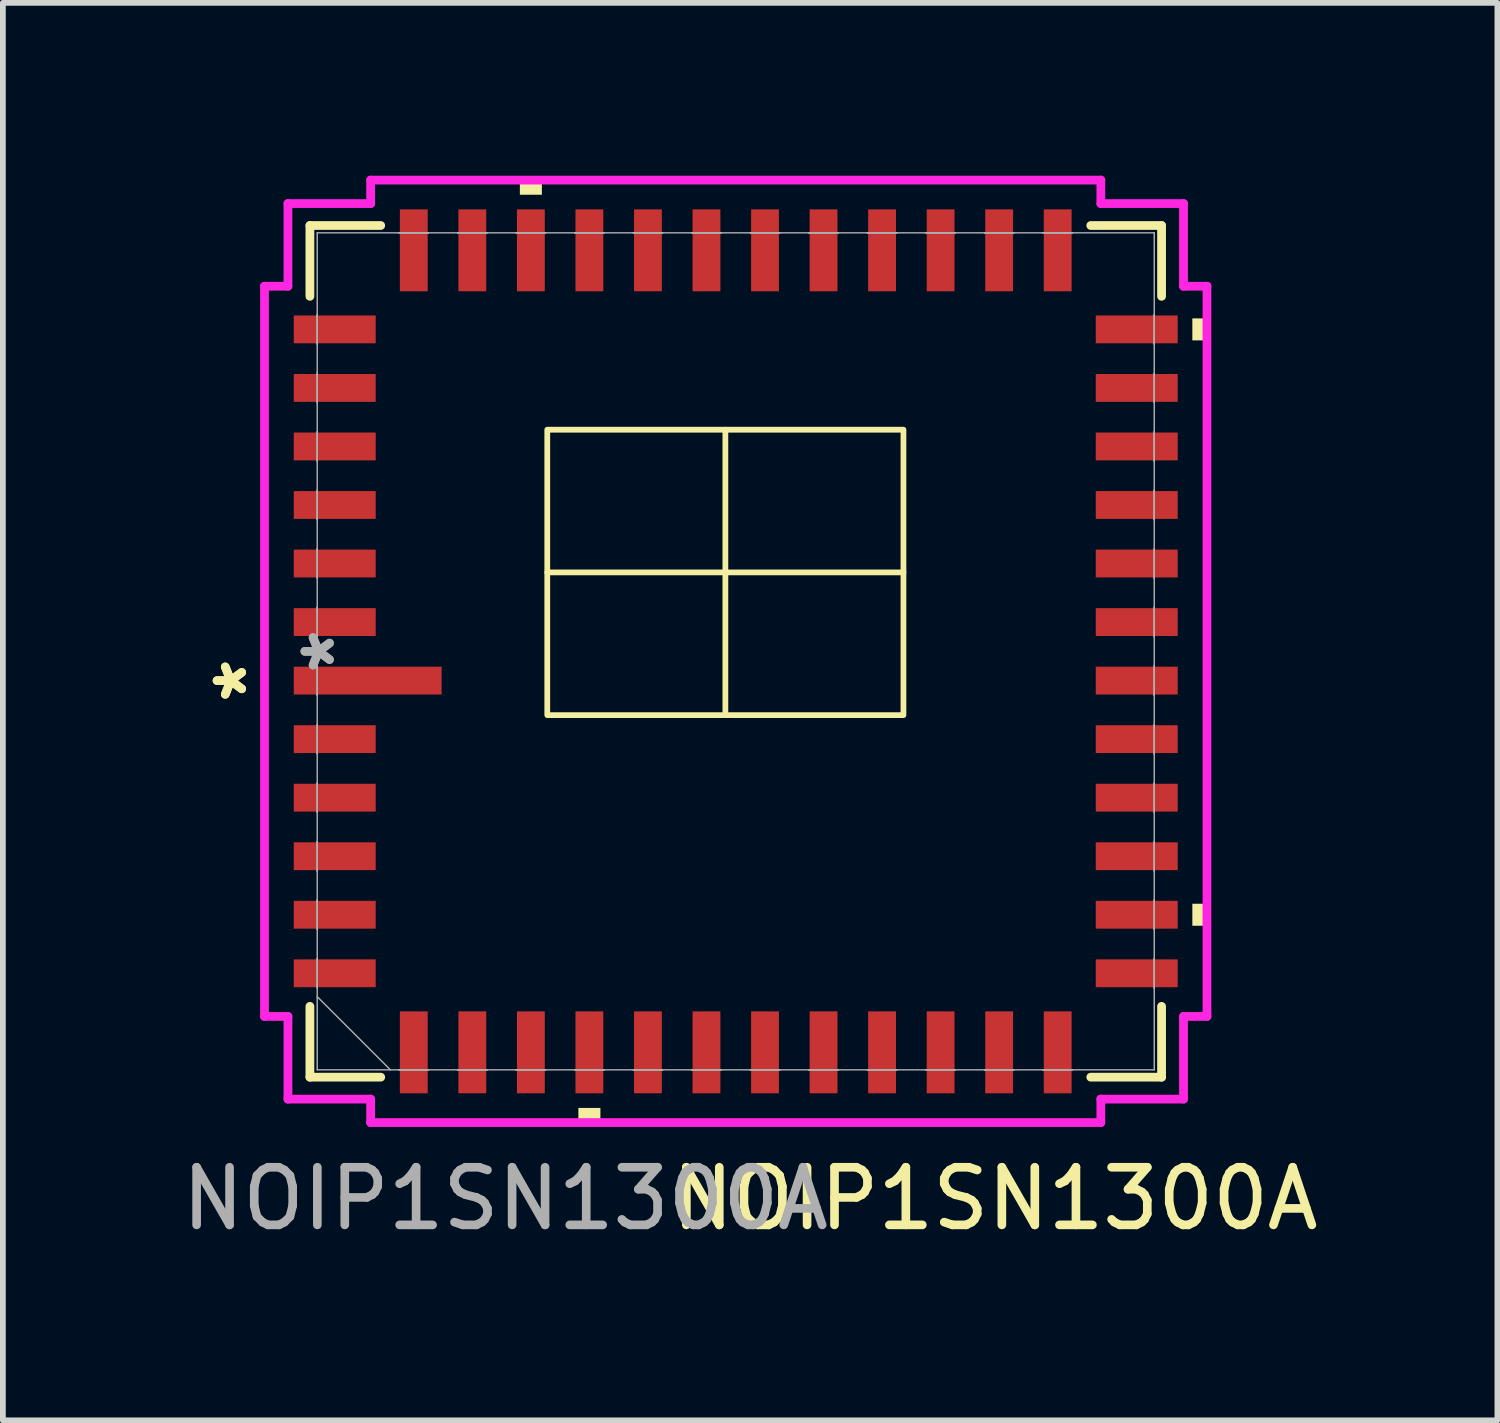
<source format=kicad_pcb>
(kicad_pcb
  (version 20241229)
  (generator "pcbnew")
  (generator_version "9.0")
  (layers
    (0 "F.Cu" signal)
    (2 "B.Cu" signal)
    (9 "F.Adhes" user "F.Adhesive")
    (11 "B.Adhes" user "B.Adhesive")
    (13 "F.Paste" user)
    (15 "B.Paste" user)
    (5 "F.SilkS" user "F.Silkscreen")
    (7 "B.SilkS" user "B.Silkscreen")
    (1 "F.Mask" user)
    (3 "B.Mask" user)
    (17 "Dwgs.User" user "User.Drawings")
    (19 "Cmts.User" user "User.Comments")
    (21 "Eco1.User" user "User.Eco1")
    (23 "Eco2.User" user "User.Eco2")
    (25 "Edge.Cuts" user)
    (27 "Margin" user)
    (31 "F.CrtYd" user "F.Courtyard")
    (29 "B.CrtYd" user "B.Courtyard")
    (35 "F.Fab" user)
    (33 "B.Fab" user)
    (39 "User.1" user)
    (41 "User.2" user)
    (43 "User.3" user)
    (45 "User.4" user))
  (footprint "NOIP1SN1300A"
    (layer "F.Cu")
    (at 9.72 8.255)
    (property "Reference" "NOIP1SN1300A" (at 4.5 9.5 0) (unlocked yes) (layer "F.SilkS") (effects (font (size 1 1) (thickness 0.15))))
    (attr smd)
    (fp_line (start -7.391 -7.391) (end -7.391 -6.162) (stroke (width 0.152) (type solid)) (layer "F.SilkS"))
    (fp_line (start -7.391 6.162) (end -7.391 7.391) (stroke (width 0.152) (type solid)) (layer "F.SilkS"))
    (fp_line (start -7.391 7.391) (end -6.162 7.391) (stroke (width 0.152) (type solid)) (layer "F.SilkS"))
    (fp_line (start -6.162 -7.391) (end -7.391 -7.391) (stroke (width 0.152) (type solid)) (layer "F.SilkS"))
    (fp_line (start -3.271 -1.37) (end 2.911 -1.37) (stroke (width 0.1) (type default)) (layer "F.SilkS"))
    (fp_line (start -0.18 -3.847) (end -0.18 1.107) (stroke (width 0.1) (type default)) (layer "F.SilkS"))
    (fp_line (start 6.162 7.391) (end 7.391 7.391) (stroke (width 0.152) (type solid)) (layer "F.SilkS"))
    (fp_line (start 7.391 -7.391) (end 6.162 -7.391) (stroke (width 0.152) (type solid)) (layer "F.SilkS"))
    (fp_line (start 7.391 -6.162) (end 7.391 -7.391) (stroke (width 0.152) (type solid)) (layer "F.SilkS"))
    (fp_line (start 7.391 7.391) (end 7.391 6.162) (stroke (width 0.152) (type solid)) (layer "F.SilkS"))
    (fp_rect (start -3.747 -8.179) (end -3.365 -7.925) (stroke (width 0) (type solid)) (fill yes) (layer "F.SilkS"))
    (fp_rect (start -3.271 -3.847) (end 2.911 1.107) (stroke (width 0.1) (type default)) (fill no) (layer "F.SilkS"))
    (fp_rect (start -2.731 7.925) (end -2.349 8.179) (stroke (width 0) (type solid)) (fill yes) (layer "F.SilkS"))
    (fp_rect (start 7.925 -5.779) (end 8.179 -5.397) (stroke (width 0) (type solid)) (fill yes) (layer "F.SilkS"))
    (fp_rect (start 7.925 4.381) (end 8.179 4.763) (stroke (width 0) (type solid)) (fill yes) (layer "F.SilkS"))
    (fp_line (start -8.179 -6.337) (end -7.772 -6.337) (stroke (width 0.152) (type solid)) (layer "F.CrtYd"))
    (fp_line (start -8.179 6.337) (end -8.179 -6.337) (stroke (width 0.152) (type solid)) (layer "F.CrtYd"))
    (fp_line (start -7.772 -7.772) (end -6.337 -7.772) (stroke (width 0.152) (type solid)) (layer "F.CrtYd"))
    (fp_line (start -7.772 -6.337) (end -7.772 -7.772) (stroke (width 0.152) (type solid)) (layer "F.CrtYd"))
    (fp_line (start -7.772 6.337) (end -8.179 6.337) (stroke (width 0.152) (type solid)) (layer "F.CrtYd"))
    (fp_line (start -7.772 7.772) (end -7.772 6.337) (stroke (width 0.152) (type solid)) (layer "F.CrtYd"))
    (fp_line (start -6.337 -8.179) (end 6.337 -8.179) (stroke (width 0.152) (type solid)) (layer "F.CrtYd"))
    (fp_line (start -6.337 -7.772) (end -6.337 -8.179) (stroke (width 0.152) (type solid)) (layer "F.CrtYd"))
    (fp_line (start -6.337 7.772) (end -7.772 7.772) (stroke (width 0.152) (type solid)) (layer "F.CrtYd"))
    (fp_line (start -6.337 8.179) (end -6.337 7.772) (stroke (width 0.152) (type solid)) (layer "F.CrtYd"))
    (fp_line (start 6.337 -8.179) (end 6.337 -7.772) (stroke (width 0.152) (type solid)) (layer "F.CrtYd"))
    (fp_line (start 6.337 -7.772) (end 7.772 -7.772) (stroke (width 0.152) (type solid)) (layer "F.CrtYd"))
    (fp_line (start 6.337 8.179) (end -6.337 8.179) (stroke (width 0.152) (type solid)) (layer "F.CrtYd"))
    (fp_line (start 6.337 8.179) (end 6.337 7.772) (stroke (width 0.152) (type solid)) (layer "F.CrtYd"))
    (fp_line (start 7.772 -7.772) (end 7.772 -6.337) (stroke (width 0.152) (type solid)) (layer "F.CrtYd"))
    (fp_line (start 7.772 -6.337) (end 8.179 -6.337) (stroke (width 0.152) (type solid)) (layer "F.CrtYd"))
    (fp_line (start 7.772 6.337) (end 7.772 7.772) (stroke (width 0.152) (type solid)) (layer "F.CrtYd"))
    (fp_line (start 7.772 7.772) (end 6.337 7.772) (stroke (width 0.152) (type solid)) (layer "F.CrtYd"))
    (fp_line (start 8.179 -6.337) (end 8.179 6.337) (stroke (width 0.152) (type solid)) (layer "F.CrtYd"))
    (fp_line (start 8.179 6.337) (end 7.772 6.337) (stroke (width 0.152) (type solid)) (layer "F.CrtYd"))
    (fp_line (start -7.264 -7.264) (end -7.264 7.264) (stroke (width 0.025) (type solid)) (layer "F.Fab"))
    (fp_line (start -7.264 -5.842) (end -7.264 -5.842) (stroke (width 0.025) (type solid)) (layer "F.Fab"))
    (fp_line (start -7.264 -5.842) (end -7.264 -5.334) (stroke (width 0.025) (type solid)) (layer "F.Fab"))
    (fp_line (start -7.264 -5.334) (end -7.264 -5.842) (stroke (width 0.025) (type solid)) (layer "F.Fab"))
    (fp_line (start -7.264 -5.334) (end -7.264 -5.334) (stroke (width 0.025) (type solid)) (layer "F.Fab"))
    (fp_line (start -7.264 -4.826) (end -7.264 -4.826) (stroke (width 0.025) (type solid)) (layer "F.Fab"))
    (fp_line (start -7.264 -4.826) (end -7.264 -4.318) (stroke (width 0.025) (type solid)) (layer "F.Fab"))
    (fp_line (start -7.264 -4.318) (end -7.264 -4.826) (stroke (width 0.025) (type solid)) (layer "F.Fab"))
    (fp_line (start -7.264 -4.318) (end -7.264 -4.318) (stroke (width 0.025) (type solid)) (layer "F.Fab"))
    (fp_line (start -7.264 -3.81) (end -7.264 -3.81) (stroke (width 0.025) (type solid)) (layer "F.Fab"))
    (fp_line (start -7.264 -3.81) (end -7.264 -3.302) (stroke (width 0.025) (type solid)) (layer "F.Fab"))
    (fp_line (start -7.264 -3.302) (end -7.264 -3.81) (stroke (width 0.025) (type solid)) (layer "F.Fab"))
    (fp_line (start -7.264 -3.302) (end -7.264 -3.302) (stroke (width 0.025) (type solid)) (layer "F.Fab"))
    (fp_line (start -7.264 -2.794) (end -7.264 -2.794) (stroke (width 0.025) (type solid)) (layer "F.Fab"))
    (fp_line (start -7.264 -2.794) (end -7.264 -2.286) (stroke (width 0.025) (type solid)) (layer "F.Fab"))
    (fp_line (start -7.264 -2.286) (end -7.264 -2.794) (stroke (width 0.025) (type solid)) (layer "F.Fab"))
    (fp_line (start -7.264 -2.286) (end -7.264 -2.286) (stroke (width 0.025) (type solid)) (layer "F.Fab"))
    (fp_line (start -7.264 -1.778) (end -7.264 -1.778) (stroke (width 0.025) (type solid)) (layer "F.Fab"))
    (fp_line (start -7.264 -1.778) (end -7.264 -1.27) (stroke (width 0.025) (type solid)) (layer "F.Fab"))
    (fp_line (start -7.264 -1.27) (end -7.264 -1.778) (stroke (width 0.025) (type solid)) (layer "F.Fab"))
    (fp_line (start -7.264 -1.27) (end -7.264 -1.27) (stroke (width 0.025) (type solid)) (layer "F.Fab"))
    (fp_line (start -7.264 -0.762) (end -7.264 -0.762) (stroke (width 0.025) (type solid)) (layer "F.Fab"))
    (fp_line (start -7.264 -0.762) (end -7.264 -0.254) (stroke (width 0.025) (type solid)) (layer "F.Fab"))
    (fp_line (start -7.264 -0.254) (end -7.264 -0.762) (stroke (width 0.025) (type solid)) (layer "F.Fab"))
    (fp_line (start -7.264 -0.254) (end -7.264 -0.254) (stroke (width 0.025) (type solid)) (layer "F.Fab"))
    (fp_line (start -7.264 0.254) (end -7.264 0.254) (stroke (width 0.025) (type solid)) (layer "F.Fab"))
    (fp_line (start -7.264 0.254) (end -7.264 0.762) (stroke (width 0.025) (type solid)) (layer "F.Fab"))
    (fp_line (start -7.264 0.762) (end -7.264 0.254) (stroke (width 0.025) (type solid)) (layer "F.Fab"))
    (fp_line (start -7.264 0.762) (end -7.264 0.762) (stroke (width 0.025) (type solid)) (layer "F.Fab"))
    (fp_line (start -7.264 1.27) (end -7.264 1.27) (stroke (width 0.025) (type solid)) (layer "F.Fab"))
    (fp_line (start -7.264 1.27) (end -7.264 1.778) (stroke (width 0.025) (type solid)) (layer "F.Fab"))
    (fp_line (start -7.264 1.778) (end -7.264 1.27) (stroke (width 0.025) (type solid)) (layer "F.Fab"))
    (fp_line (start -7.264 1.778) (end -7.264 1.778) (stroke (width 0.025) (type solid)) (layer "F.Fab"))
    (fp_line (start -7.264 2.286) (end -7.264 2.286) (stroke (width 0.025) (type solid)) (layer "F.Fab"))
    (fp_line (start -7.264 2.286) (end -7.264 2.794) (stroke (width 0.025) (type solid)) (layer "F.Fab"))
    (fp_line (start -7.264 2.794) (end -7.264 2.286) (stroke (width 0.025) (type solid)) (layer "F.Fab"))
    (fp_line (start -7.264 2.794) (end -7.264 2.794) (stroke (width 0.025) (type solid)) (layer "F.Fab"))
    (fp_line (start -7.264 3.302) (end -7.264 3.302) (stroke (width 0.025) (type solid)) (layer "F.Fab"))
    (fp_line (start -7.264 3.302) (end -7.264 3.81) (stroke (width 0.025) (type solid)) (layer "F.Fab"))
    (fp_line (start -7.264 3.81) (end -7.264 3.302) (stroke (width 0.025) (type solid)) (layer "F.Fab"))
    (fp_line (start -7.264 3.81) (end -7.264 3.81) (stroke (width 0.025) (type solid)) (layer "F.Fab"))
    (fp_line (start -7.264 4.318) (end -7.264 4.318) (stroke (width 0.025) (type solid)) (layer "F.Fab"))
    (fp_line (start -7.264 4.318) (end -7.264 4.826) (stroke (width 0.025) (type solid)) (layer "F.Fab"))
    (fp_line (start -7.264 4.826) (end -7.264 4.318) (stroke (width 0.025) (type solid)) (layer "F.Fab"))
    (fp_line (start -7.264 4.826) (end -7.264 4.826) (stroke (width 0.025) (type solid)) (layer "F.Fab"))
    (fp_line (start -7.264 5.334) (end -7.264 5.334) (stroke (width 0.025) (type solid)) (layer "F.Fab"))
    (fp_line (start -7.264 5.334) (end -7.264 5.842) (stroke (width 0.025) (type solid)) (layer "F.Fab"))
    (fp_line (start -7.264 5.842) (end -7.264 5.334) (stroke (width 0.025) (type solid)) (layer "F.Fab"))
    (fp_line (start -7.264 5.842) (end -7.264 5.842) (stroke (width 0.025) (type solid)) (layer "F.Fab"))
    (fp_line (start -7.264 7.264) (end 7.264 7.264) (stroke (width 0.025) (type solid)) (layer "F.Fab"))
    (fp_line (start -5.994 7.264) (end -7.264 5.994) (stroke (width 0.025) (type solid)) (layer "F.Fab"))
    (fp_line (start -5.842 -7.264) (end -5.842 -7.264) (stroke (width 0.025) (type solid)) (layer "F.Fab"))
    (fp_line (start -5.842 -7.264) (end -5.334 -7.264) (stroke (width 0.025) (type solid)) (layer "F.Fab"))
    (fp_line (start -5.842 7.264) (end -5.842 7.264) (stroke (width 0.025) (type solid)) (layer "F.Fab"))
    (fp_line (start -5.842 7.264) (end -5.334 7.264) (stroke (width 0.025) (type solid)) (layer "F.Fab"))
    (fp_line (start -5.334 -7.264) (end -5.842 -7.264) (stroke (width 0.025) (type solid)) (layer "F.Fab"))
    (fp_line (start -5.334 -7.264) (end -5.334 -7.264) (stroke (width 0.025) (type solid)) (layer "F.Fab"))
    (fp_line (start -5.334 7.264) (end -5.842 7.264) (stroke (width 0.025) (type solid)) (layer "F.Fab"))
    (fp_line (start -5.334 7.264) (end -5.334 7.264) (stroke (width 0.025) (type solid)) (layer "F.Fab"))
    (fp_line (start -4.826 -7.264) (end -4.826 -7.264) (stroke (width 0.025) (type solid)) (layer "F.Fab"))
    (fp_line (start -4.826 -7.264) (end -4.318 -7.264) (stroke (width 0.025) (type solid)) (layer "F.Fab"))
    (fp_line (start -4.826 7.264) (end -4.826 7.264) (stroke (width 0.025) (type solid)) (layer "F.Fab"))
    (fp_line (start -4.826 7.264) (end -4.318 7.264) (stroke (width 0.025) (type solid)) (layer "F.Fab"))
    (fp_line (start -4.318 -7.264) (end -4.826 -7.264) (stroke (width 0.025) (type solid)) (layer "F.Fab"))
    (fp_line (start -4.318 -7.264) (end -4.318 -7.264) (stroke (width 0.025) (type solid)) (layer "F.Fab"))
    (fp_line (start -4.318 7.264) (end -4.826 7.264) (stroke (width 0.025) (type solid)) (layer "F.Fab"))
    (fp_line (start -4.318 7.264) (end -4.318 7.264) (stroke (width 0.025) (type solid)) (layer "F.Fab"))
    (fp_line (start -3.81 -7.264) (end -3.81 -7.264) (stroke (width 0.025) (type solid)) (layer "F.Fab"))
    (fp_line (start -3.81 -7.264) (end -3.302 -7.264) (stroke (width 0.025) (type solid)) (layer "F.Fab"))
    (fp_line (start -3.81 7.264) (end -3.81 7.264) (stroke (width 0.025) (type solid)) (layer "F.Fab"))
    (fp_line (start -3.81 7.264) (end -3.302 7.264) (stroke (width 0.025) (type solid)) (layer "F.Fab"))
    (fp_line (start -3.302 -7.264) (end -3.81 -7.264) (stroke (width 0.025) (type solid)) (layer "F.Fab"))
    (fp_line (start -3.302 -7.264) (end -3.302 -7.264) (stroke (width 0.025) (type solid)) (layer "F.Fab"))
    (fp_line (start -3.302 7.264) (end -3.81 7.264) (stroke (width 0.025) (type solid)) (layer "F.Fab"))
    (fp_line (start -3.302 7.264) (end -3.302 7.264) (stroke (width 0.025) (type solid)) (layer "F.Fab"))
    (fp_line (start -2.794 -7.264) (end -2.794 -7.264) (stroke (width 0.025) (type solid)) (layer "F.Fab"))
    (fp_line (start -2.794 -7.264) (end -2.286 -7.264) (stroke (width 0.025) (type solid)) (layer "F.Fab"))
    (fp_line (start -2.794 7.264) (end -2.794 7.264) (stroke (width 0.025) (type solid)) (layer "F.Fab"))
    (fp_line (start -2.794 7.264) (end -2.286 7.264) (stroke (width 0.025) (type solid)) (layer "F.Fab"))
    (fp_line (start -2.286 -7.264) (end -2.794 -7.264) (stroke (width 0.025) (type solid)) (layer "F.Fab"))
    (fp_line (start -2.286 -7.264) (end -2.286 -7.264) (stroke (width 0.025) (type solid)) (layer "F.Fab"))
    (fp_line (start -2.286 7.264) (end -2.794 7.264) (stroke (width 0.025) (type solid)) (layer "F.Fab"))
    (fp_line (start -2.286 7.264) (end -2.286 7.264) (stroke (width 0.025) (type solid)) (layer "F.Fab"))
    (fp_line (start -1.778 -7.264) (end -1.778 -7.264) (stroke (width 0.025) (type solid)) (layer "F.Fab"))
    (fp_line (start -1.778 -7.264) (end -1.27 -7.264) (stroke (width 0.025) (type solid)) (layer "F.Fab"))
    (fp_line (start -1.778 7.264) (end -1.778 7.264) (stroke (width 0.025) (type solid)) (layer "F.Fab"))
    (fp_line (start -1.778 7.264) (end -1.27 7.264) (stroke (width 0.025) (type solid)) (layer "F.Fab"))
    (fp_line (start -1.27 -7.264) (end -1.778 -7.264) (stroke (width 0.025) (type solid)) (layer "F.Fab"))
    (fp_line (start -1.27 -7.264) (end -1.27 -7.264) (stroke (width 0.025) (type solid)) (layer "F.Fab"))
    (fp_line (start -1.27 7.264) (end -1.778 7.264) (stroke (width 0.025) (type solid)) (layer "F.Fab"))
    (fp_line (start -1.27 7.264) (end -1.27 7.264) (stroke (width 0.025) (type solid)) (layer "F.Fab"))
    (fp_line (start -0.762 -7.264) (end -0.762 -7.264) (stroke (width 0.025) (type solid)) (layer "F.Fab"))
    (fp_line (start -0.762 -7.264) (end -0.254 -7.264) (stroke (width 0.025) (type solid)) (layer "F.Fab"))
    (fp_line (start -0.762 7.264) (end -0.762 7.264) (stroke (width 0.025) (type solid)) (layer "F.Fab"))
    (fp_line (start -0.762 7.264) (end -0.254 7.264) (stroke (width 0.025) (type solid)) (layer "F.Fab"))
    (fp_line (start -0.254 -7.264) (end -0.762 -7.264) (stroke (width 0.025) (type solid)) (layer "F.Fab"))
    (fp_line (start -0.254 -7.264) (end -0.254 -7.264) (stroke (width 0.025) (type solid)) (layer "F.Fab"))
    (fp_line (start -0.254 7.264) (end -0.762 7.264) (stroke (width 0.025) (type solid)) (layer "F.Fab"))
    (fp_line (start -0.254 7.264) (end -0.254 7.264) (stroke (width 0.025) (type solid)) (layer "F.Fab"))
    (fp_line (start 0.254 -7.264) (end 0.254 -7.264) (stroke (width 0.025) (type solid)) (layer "F.Fab"))
    (fp_line (start 0.254 -7.264) (end 0.762 -7.264) (stroke (width 0.025) (type solid)) (layer "F.Fab"))
    (fp_line (start 0.254 7.264) (end 0.254 7.264) (stroke (width 0.025) (type solid)) (layer "F.Fab"))
    (fp_line (start 0.254 7.264) (end 0.762 7.264) (stroke (width 0.025) (type solid)) (layer "F.Fab"))
    (fp_line (start 0.762 -7.264) (end 0.254 -7.264) (stroke (width 0.025) (type solid)) (layer "F.Fab"))
    (fp_line (start 0.762 -7.264) (end 0.762 -7.264) (stroke (width 0.025) (type solid)) (layer "F.Fab"))
    (fp_line (start 0.762 7.264) (end 0.254 7.264) (stroke (width 0.025) (type solid)) (layer "F.Fab"))
    (fp_line (start 0.762 7.264) (end 0.762 7.264) (stroke (width 0.025) (type solid)) (layer "F.Fab"))
    (fp_line (start 1.27 -7.264) (end 1.27 -7.264) (stroke (width 0.025) (type solid)) (layer "F.Fab"))
    (fp_line (start 1.27 -7.264) (end 1.778 -7.264) (stroke (width 0.025) (type solid)) (layer "F.Fab"))
    (fp_line (start 1.27 7.264) (end 1.27 7.264) (stroke (width 0.025) (type solid)) (layer "F.Fab"))
    (fp_line (start 1.27 7.264) (end 1.778 7.264) (stroke (width 0.025) (type solid)) (layer "F.Fab"))
    (fp_line (start 1.778 -7.264) (end 1.27 -7.264) (stroke (width 0.025) (type solid)) (layer "F.Fab"))
    (fp_line (start 1.778 -7.264) (end 1.778 -7.264) (stroke (width 0.025) (type solid)) (layer "F.Fab"))
    (fp_line (start 1.778 7.264) (end 1.27 7.264) (stroke (width 0.025) (type solid)) (layer "F.Fab"))
    (fp_line (start 1.778 7.264) (end 1.778 7.264) (stroke (width 0.025) (type solid)) (layer "F.Fab"))
    (fp_line (start 2.286 -7.264) (end 2.286 -7.264) (stroke (width 0.025) (type solid)) (layer "F.Fab"))
    (fp_line (start 2.286 -7.264) (end 2.794 -7.264) (stroke (width 0.025) (type solid)) (layer "F.Fab"))
    (fp_line (start 2.286 7.264) (end 2.286 7.264) (stroke (width 0.025) (type solid)) (layer "F.Fab"))
    (fp_line (start 2.286 7.264) (end 2.794 7.264) (stroke (width 0.025) (type solid)) (layer "F.Fab"))
    (fp_line (start 2.794 -7.264) (end 2.286 -7.264) (stroke (width 0.025) (type solid)) (layer "F.Fab"))
    (fp_line (start 2.794 -7.264) (end 2.794 -7.264) (stroke (width 0.025) (type solid)) (layer "F.Fab"))
    (fp_line (start 2.794 7.264) (end 2.286 7.264) (stroke (width 0.025) (type solid)) (layer "F.Fab"))
    (fp_line (start 2.794 7.264) (end 2.794 7.264) (stroke (width 0.025) (type solid)) (layer "F.Fab"))
    (fp_line (start 3.302 -7.264) (end 3.302 -7.264) (stroke (width 0.025) (type solid)) (layer "F.Fab"))
    (fp_line (start 3.302 -7.264) (end 3.81 -7.264) (stroke (width 0.025) (type solid)) (layer "F.Fab"))
    (fp_line (start 3.302 7.264) (end 3.302 7.264) (stroke (width 0.025) (type solid)) (layer "F.Fab"))
    (fp_line (start 3.302 7.264) (end 3.81 7.264) (stroke (width 0.025) (type solid)) (layer "F.Fab"))
    (fp_line (start 3.81 -7.264) (end 3.302 -7.264) (stroke (width 0.025) (type solid)) (layer "F.Fab"))
    (fp_line (start 3.81 -7.264) (end 3.81 -7.264) (stroke (width 0.025) (type solid)) (layer "F.Fab"))
    (fp_line (start 3.81 7.264) (end 3.302 7.264) (stroke (width 0.025) (type solid)) (layer "F.Fab"))
    (fp_line (start 3.81 7.264) (end 3.81 7.264) (stroke (width 0.025) (type solid)) (layer "F.Fab"))
    (fp_line (start 4.318 -7.264) (end 4.318 -7.264) (stroke (width 0.025) (type solid)) (layer "F.Fab"))
    (fp_line (start 4.318 -7.264) (end 4.826 -7.264) (stroke (width 0.025) (type solid)) (layer "F.Fab"))
    (fp_line (start 4.318 7.264) (end 4.318 7.264) (stroke (width 0.025) (type solid)) (layer "F.Fab"))
    (fp_line (start 4.318 7.264) (end 4.826 7.264) (stroke (width 0.025) (type solid)) (layer "F.Fab"))
    (fp_line (start 4.826 -7.264) (end 4.318 -7.264) (stroke (width 0.025) (type solid)) (layer "F.Fab"))
    (fp_line (start 4.826 -7.264) (end 4.826 -7.264) (stroke (width 0.025) (type solid)) (layer "F.Fab"))
    (fp_line (start 4.826 7.264) (end 4.318 7.264) (stroke (width 0.025) (type solid)) (layer "F.Fab"))
    (fp_line (start 4.826 7.264) (end 4.826 7.264) (stroke (width 0.025) (type solid)) (layer "F.Fab"))
    (fp_line (start 5.334 -7.264) (end 5.334 -7.264) (stroke (width 0.025) (type solid)) (layer "F.Fab"))
    (fp_line (start 5.334 -7.264) (end 5.842 -7.264) (stroke (width 0.025) (type solid)) (layer "F.Fab"))
    (fp_line (start 5.334 7.264) (end 5.334 7.264) (stroke (width 0.025) (type solid)) (layer "F.Fab"))
    (fp_line (start 5.334 7.264) (end 5.842 7.264) (stroke (width 0.025) (type solid)) (layer "F.Fab"))
    (fp_line (start 5.842 -7.264) (end 5.334 -7.264) (stroke (width 0.025) (type solid)) (layer "F.Fab"))
    (fp_line (start 5.842 -7.264) (end 5.842 -7.264) (stroke (width 0.025) (type solid)) (layer "F.Fab"))
    (fp_line (start 5.842 7.264) (end 5.334 7.264) (stroke (width 0.025) (type solid)) (layer "F.Fab"))
    (fp_line (start 5.842 7.264) (end 5.842 7.264) (stroke (width 0.025) (type solid)) (layer "F.Fab"))
    (fp_line (start 7.264 -7.264) (end -7.264 -7.264) (stroke (width 0.025) (type solid)) (layer "F.Fab"))
    (fp_line (start 7.264 -5.842) (end 7.264 -5.842) (stroke (width 0.025) (type solid)) (layer "F.Fab"))
    (fp_line (start 7.264 -5.842) (end 7.264 -5.334) (stroke (width 0.025) (type solid)) (layer "F.Fab"))
    (fp_line (start 7.264 -5.334) (end 7.264 -5.842) (stroke (width 0.025) (type solid)) (layer "F.Fab"))
    (fp_line (start 7.264 -5.334) (end 7.264 -5.334) (stroke (width 0.025) (type solid)) (layer "F.Fab"))
    (fp_line (start 7.264 -4.826) (end 7.264 -4.826) (stroke (width 0.025) (type solid)) (layer "F.Fab"))
    (fp_line (start 7.264 -4.826) (end 7.264 -4.318) (stroke (width 0.025) (type solid)) (layer "F.Fab"))
    (fp_line (start 7.264 -4.318) (end 7.264 -4.826) (stroke (width 0.025) (type solid)) (layer "F.Fab"))
    (fp_line (start 7.264 -4.318) (end 7.264 -4.318) (stroke (width 0.025) (type solid)) (layer "F.Fab"))
    (fp_line (start 7.264 -3.81) (end 7.264 -3.81) (stroke (width 0.025) (type solid)) (layer "F.Fab"))
    (fp_line (start 7.264 -3.81) (end 7.264 -3.302) (stroke (width 0.025) (type solid)) (layer "F.Fab"))
    (fp_line (start 7.264 -3.302) (end 7.264 -3.81) (stroke (width 0.025) (type solid)) (layer "F.Fab"))
    (fp_line (start 7.264 -3.302) (end 7.264 -3.302) (stroke (width 0.025) (type solid)) (layer "F.Fab"))
    (fp_line (start 7.264 -2.794) (end 7.264 -2.794) (stroke (width 0.025) (type solid)) (layer "F.Fab"))
    (fp_line (start 7.264 -2.794) (end 7.264 -2.286) (stroke (width 0.025) (type solid)) (layer "F.Fab"))
    (fp_line (start 7.264 -2.286) (end 7.264 -2.794) (stroke (width 0.025) (type solid)) (layer "F.Fab"))
    (fp_line (start 7.264 -2.286) (end 7.264 -2.286) (stroke (width 0.025) (type solid)) (layer "F.Fab"))
    (fp_line (start 7.264 -1.778) (end 7.264 -1.778) (stroke (width 0.025) (type solid)) (layer "F.Fab"))
    (fp_line (start 7.264 -1.778) (end 7.264 -1.27) (stroke (width 0.025) (type solid)) (layer "F.Fab"))
    (fp_line (start 7.264 -1.27) (end 7.264 -1.778) (stroke (width 0.025) (type solid)) (layer "F.Fab"))
    (fp_line (start 7.264 -1.27) (end 7.264 -1.27) (stroke (width 0.025) (type solid)) (layer "F.Fab"))
    (fp_line (start 7.264 -0.762) (end 7.264 -0.762) (stroke (width 0.025) (type solid)) (layer "F.Fab"))
    (fp_line (start 7.264 -0.762) (end 7.264 -0.254) (stroke (width 0.025) (type solid)) (layer "F.Fab"))
    (fp_line (start 7.264 -0.254) (end 7.264 -0.762) (stroke (width 0.025) (type solid)) (layer "F.Fab"))
    (fp_line (start 7.264 -0.254) (end 7.264 -0.254) (stroke (width 0.025) (type solid)) (layer "F.Fab"))
    (fp_line (start 7.264 0.254) (end 7.264 0.254) (stroke (width 0.025) (type solid)) (layer "F.Fab"))
    (fp_line (start 7.264 0.254) (end 7.264 0.762) (stroke (width 0.025) (type solid)) (layer "F.Fab"))
    (fp_line (start 7.264 0.762) (end 7.264 0.254) (stroke (width 0.025) (type solid)) (layer "F.Fab"))
    (fp_line (start 7.264 0.762) (end 7.264 0.762) (stroke (width 0.025) (type solid)) (layer "F.Fab"))
    (fp_line (start 7.264 1.27) (end 7.264 1.27) (stroke (width 0.025) (type solid)) (layer "F.Fab"))
    (fp_line (start 7.264 1.27) (end 7.264 1.778) (stroke (width 0.025) (type solid)) (layer "F.Fab"))
    (fp_line (start 7.264 1.778) (end 7.264 1.27) (stroke (width 0.025) (type solid)) (layer "F.Fab"))
    (fp_line (start 7.264 1.778) (end 7.264 1.778) (stroke (width 0.025) (type solid)) (layer "F.Fab"))
    (fp_line (start 7.264 2.286) (end 7.264 2.286) (stroke (width 0.025) (type solid)) (layer "F.Fab"))
    (fp_line (start 7.264 2.286) (end 7.264 2.794) (stroke (width 0.025) (type solid)) (layer "F.Fab"))
    (fp_line (start 7.264 2.794) (end 7.264 2.286) (stroke (width 0.025) (type solid)) (layer "F.Fab"))
    (fp_line (start 7.264 2.794) (end 7.264 2.794) (stroke (width 0.025) (type solid)) (layer "F.Fab"))
    (fp_line (start 7.264 3.302) (end 7.264 3.302) (stroke (width 0.025) (type solid)) (layer "F.Fab"))
    (fp_line (start 7.264 3.302) (end 7.264 3.81) (stroke (width 0.025) (type solid)) (layer "F.Fab"))
    (fp_line (start 7.264 3.81) (end 7.264 3.302) (stroke (width 0.025) (type solid)) (layer "F.Fab"))
    (fp_line (start 7.264 3.81) (end 7.264 3.81) (stroke (width 0.025) (type solid)) (layer "F.Fab"))
    (fp_line (start 7.264 4.318) (end 7.264 4.318) (stroke (width 0.025) (type solid)) (layer "F.Fab"))
    (fp_line (start 7.264 4.318) (end 7.264 4.826) (stroke (width 0.025) (type solid)) (layer "F.Fab"))
    (fp_line (start 7.264 4.826) (end 7.264 4.318) (stroke (width 0.025) (type solid)) (layer "F.Fab"))
    (fp_line (start 7.264 4.826) (end 7.264 4.826) (stroke (width 0.025) (type solid)) (layer "F.Fab"))
    (fp_line (start 7.264 5.334) (end 7.264 5.334) (stroke (width 0.025) (type solid)) (layer "F.Fab"))
    (fp_line (start 7.264 5.334) (end 7.264 5.842) (stroke (width 0.025) (type solid)) (layer "F.Fab"))
    (fp_line (start 7.264 5.842) (end 7.264 5.334) (stroke (width 0.025) (type solid)) (layer "F.Fab"))
    (fp_line (start 7.264 5.842) (end 7.264 5.842) (stroke (width 0.025) (type solid)) (layer "F.Fab"))
    (fp_line (start 7.264 7.264) (end 7.264 -7.264) (stroke (width 0.025) (type solid)) (layer "F.Fab"))
    (fp_text user "*" (at -8.458 0.508 90) (unlocked yes) (layer "F.SilkS") (effects (font (size 1 1) (thickness 0.15))))
    (fp_text user "*" (at -8.458 0.508 90) (layer "F.SilkS") (effects (font (size 1 1) (thickness 0.15))))
    (fp_text user "*" (at -6.934 0 90) (unlocked yes) (layer "F.Fab") (effects (font (size 1 1) (thickness 0.15))))
    (fp_text user "*" (at -6.934 0 90) (layer "F.Fab") (effects (font (size 1 1) (thickness 0.15))))
    (fp_text user "${REFERENCE}" (at -4 9.5 0) (unlocked yes) (layer "F.Fab") (effects (font (size 1 1) (thickness 0.15))))
    (pad "1" smd rect (at -6.388 0.508 90) (size 0.483 2.566) (layers "F.Cu" "F.Mask" "F.Paste"))
    (pad "2" smd rect (at -6.96 1.524 90) (size 0.483 1.422) (layers "F.Cu" "F.Mask" "F.Paste"))
    (pad "3" smd rect (at -6.96 2.54 90) (size 0.483 1.422) (layers "F.Cu" "F.Mask" "F.Paste"))
    (pad "4" smd rect (at -6.96 3.556 90) (size 0.483 1.422) (layers "F.Cu" "F.Mask" "F.Paste"))
    (pad "5" smd rect (at -6.96 4.572 90) (size 0.483 1.422) (layers "F.Cu" "F.Mask" "F.Paste"))
    (pad "6" smd rect (at -6.96 5.588 90) (size 0.483 1.422) (layers "F.Cu" "F.Mask" "F.Paste"))
    (pad "7" smd rect (at -5.588 6.96 180) (size 0.483 1.422) (layers "F.Cu" "F.Mask" "F.Paste"))
    (pad "8" smd rect (at -4.572 6.96 180) (size 0.483 1.422) (layers "F.Cu" "F.Mask" "F.Paste"))
    (pad "9" smd rect (at -3.556 6.96 180) (size 0.483 1.422) (layers "F.Cu" "F.Mask" "F.Paste"))
    (pad "10" smd rect (at -2.54 6.96 180) (size 0.483 1.422) (layers "F.Cu" "F.Mask" "F.Paste"))
    (pad "11" smd rect (at -1.524 6.96 180) (size 0.483 1.422) (layers "F.Cu" "F.Mask" "F.Paste"))
    (pad "12" smd rect (at -0.508 6.96 180) (size 0.483 1.422) (layers "F.Cu" "F.Mask" "F.Paste"))
    (pad "13" smd rect (at 0.508 6.96 180) (size 0.483 1.422) (layers "F.Cu" "F.Mask" "F.Paste"))
    (pad "14" smd rect (at 1.524 6.96 180) (size 0.483 1.422) (layers "F.Cu" "F.Mask" "F.Paste"))
    (pad "15" smd rect (at 2.54 6.96 180) (size 0.483 1.422) (layers "F.Cu" "F.Mask" "F.Paste"))
    (pad "16" smd rect (at 3.556 6.96 180) (size 0.483 1.422) (layers "F.Cu" "F.Mask" "F.Paste"))
    (pad "17" smd rect (at 4.572 6.96 180) (size 0.483 1.422) (layers "F.Cu" "F.Mask" "F.Paste"))
    (pad "18" smd rect (at 5.588 6.96 180) (size 0.483 1.422) (layers "F.Cu" "F.Mask" "F.Paste"))
    (pad "19" smd rect (at 6.96 5.588 90) (size 0.483 1.422) (layers "F.Cu" "F.Mask" "F.Paste"))
    (pad "20" smd rect (at 6.96 4.572 90) (size 0.483 1.422) (layers "F.Cu" "F.Mask" "F.Paste"))
    (pad "21" smd rect (at 6.96 3.556 90) (size 0.483 1.422) (layers "F.Cu" "F.Mask" "F.Paste"))
    (pad "22" smd rect (at 6.96 2.54 90) (size 0.483 1.422) (layers "F.Cu" "F.Mask" "F.Paste"))
    (pad "23" smd rect (at 6.96 1.524 90) (size 0.483 1.422) (layers "F.Cu" "F.Mask" "F.Paste"))
    (pad "24" smd rect (at 6.96 0.508 90) (size 0.483 1.422) (layers "F.Cu" "F.Mask" "F.Paste"))
    (pad "25" smd rect (at 6.96 -0.508 90) (size 0.483 1.422) (layers "F.Cu" "F.Mask" "F.Paste"))
    (pad "26" smd rect (at 6.96 -1.524 90) (size 0.483 1.422) (layers "F.Cu" "F.Mask" "F.Paste"))
    (pad "27" smd rect (at 6.96 -2.54 90) (size 0.483 1.422) (layers "F.Cu" "F.Mask" "F.Paste"))
    (pad "28" smd rect (at 6.96 -3.556 90) (size 0.483 1.422) (layers "F.Cu" "F.Mask" "F.Paste"))
    (pad "29" smd rect (at 6.96 -4.572 90) (size 0.483 1.422) (layers "F.Cu" "F.Mask" "F.Paste"))
    (pad "30" smd rect (at 6.96 -5.588 90) (size 0.483 1.422) (layers "F.Cu" "F.Mask" "F.Paste"))
    (pad "31" smd rect (at 5.588 -6.96 180) (size 0.483 1.422) (layers "F.Cu" "F.Mask" "F.Paste"))
    (pad "32" smd rect (at 4.572 -6.96 180) (size 0.483 1.422) (layers "F.Cu" "F.Mask" "F.Paste"))
    (pad "33" smd rect (at 3.556 -6.96 180) (size 0.483 1.422) (layers "F.Cu" "F.Mask" "F.Paste"))
    (pad "34" smd rect (at 2.54 -6.96 180) (size 0.483 1.422) (layers "F.Cu" "F.Mask" "F.Paste"))
    (pad "35" smd rect (at 1.524 -6.96 180) (size 0.483 1.422) (layers "F.Cu" "F.Mask" "F.Paste"))
    (pad "36" smd rect (at 0.508 -6.96 180) (size 0.483 1.422) (layers "F.Cu" "F.Mask" "F.Paste"))
    (pad "37" smd rect (at -0.508 -6.96 180) (size 0.483 1.422) (layers "F.Cu" "F.Mask" "F.Paste"))
    (pad "38" smd rect (at -1.524 -6.96 180) (size 0.483 1.422) (layers "F.Cu" "F.Mask" "F.Paste"))
    (pad "39" smd rect (at -2.54 -6.96 180) (size 0.483 1.422) (layers "F.Cu" "F.Mask" "F.Paste"))
    (pad "40" smd rect (at -3.556 -6.96 180) (size 0.483 1.422) (layers "F.Cu" "F.Mask" "F.Paste"))
    (pad "41" smd rect (at -4.572 -6.96 180) (size 0.483 1.422) (layers "F.Cu" "F.Mask" "F.Paste"))
    (pad "42" smd rect (at -5.588 -6.96 180) (size 0.483 1.422) (layers "F.Cu" "F.Mask" "F.Paste"))
    (pad "43" smd rect (at -6.96 -5.588 90) (size 0.483 1.422) (layers "F.Cu" "F.Mask" "F.Paste"))
    (pad "44" smd rect (at -6.96 -4.572 90) (size 0.483 1.422) (layers "F.Cu" "F.Mask" "F.Paste"))
    (pad "45" smd rect (at -6.96 -3.556 90) (size 0.483 1.422) (layers "F.Cu" "F.Mask" "F.Paste"))
    (pad "46" smd rect (at -6.96 -2.54 90) (size 0.483 1.422) (layers "F.Cu" "F.Mask" "F.Paste"))
    (pad "47" smd rect (at -6.96 -1.524 90) (size 0.483 1.422) (layers "F.Cu" "F.Mask" "F.Paste"))
    (pad "48" smd rect (at -6.96 -0.508 90) (size 0.483 1.422) (layers "F.Cu" "F.Mask" "F.Paste")))
  (gr_rect
    (start -3 -3)
    (end 22.94 21.603)
    (stroke (width 0.1) (type default))
    (fill no)
    (layer "Edge.Cuts")))
</source>
